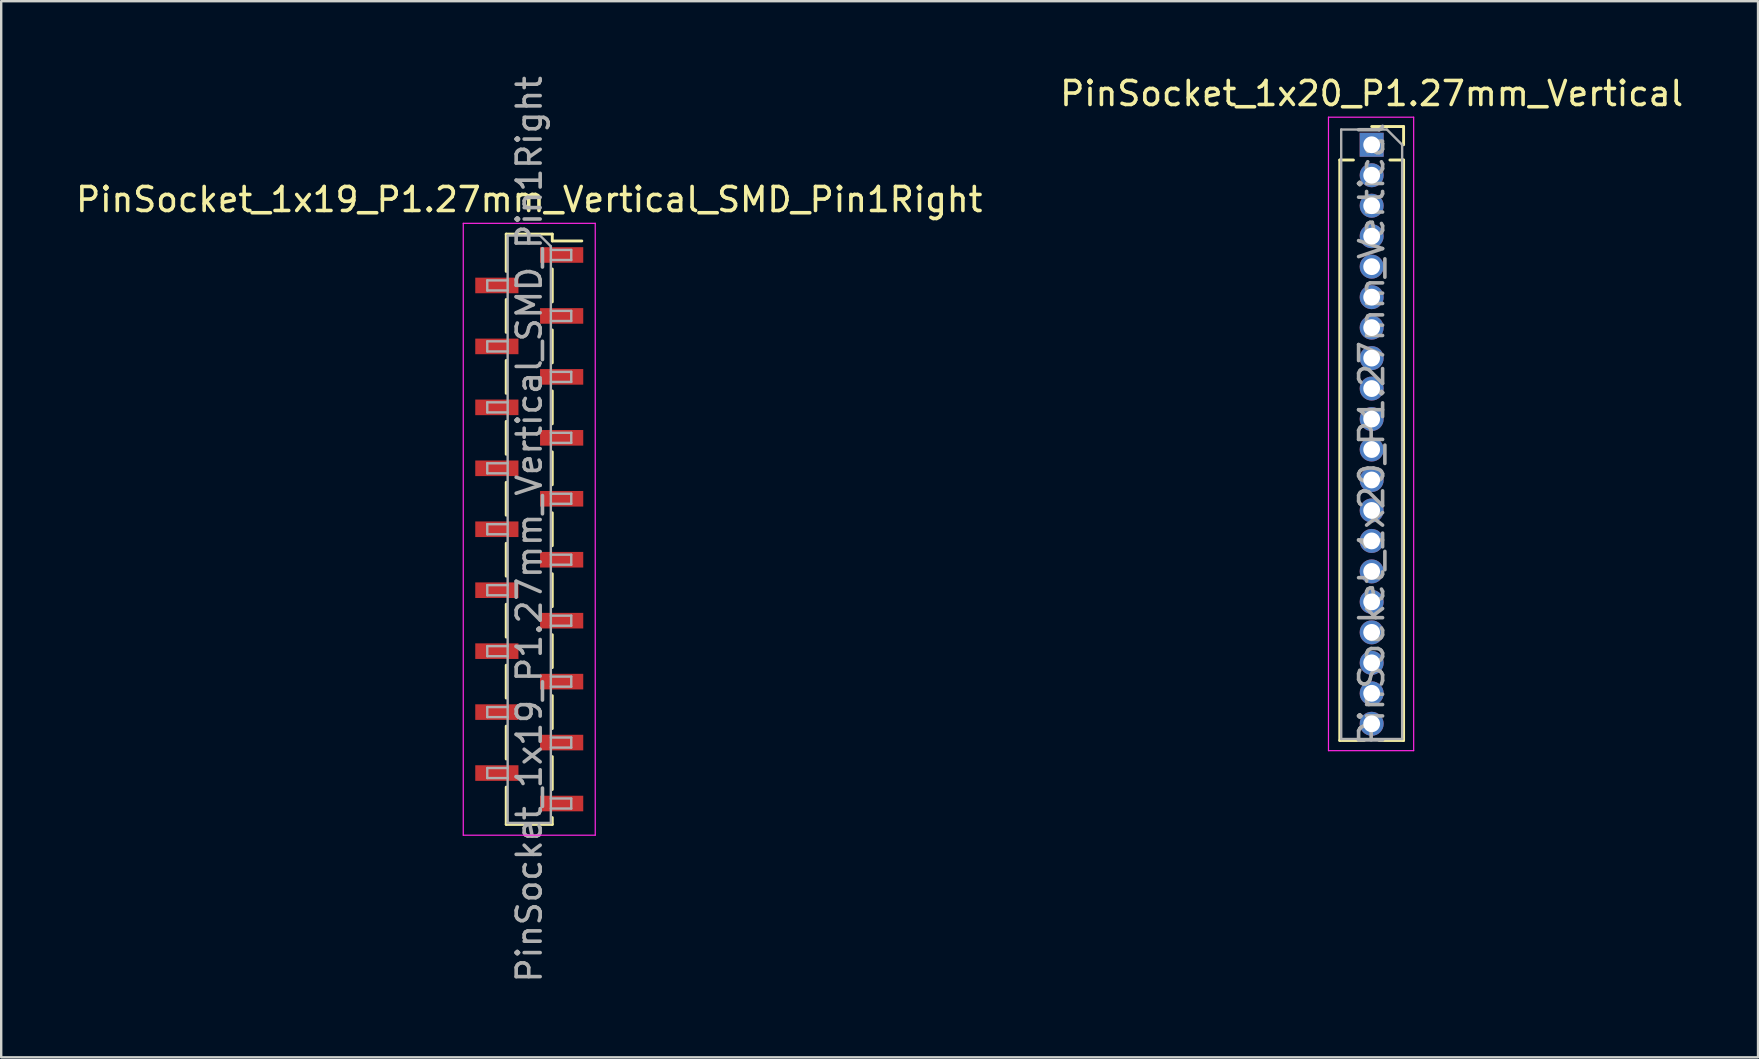
<source format=kicad_pcb>
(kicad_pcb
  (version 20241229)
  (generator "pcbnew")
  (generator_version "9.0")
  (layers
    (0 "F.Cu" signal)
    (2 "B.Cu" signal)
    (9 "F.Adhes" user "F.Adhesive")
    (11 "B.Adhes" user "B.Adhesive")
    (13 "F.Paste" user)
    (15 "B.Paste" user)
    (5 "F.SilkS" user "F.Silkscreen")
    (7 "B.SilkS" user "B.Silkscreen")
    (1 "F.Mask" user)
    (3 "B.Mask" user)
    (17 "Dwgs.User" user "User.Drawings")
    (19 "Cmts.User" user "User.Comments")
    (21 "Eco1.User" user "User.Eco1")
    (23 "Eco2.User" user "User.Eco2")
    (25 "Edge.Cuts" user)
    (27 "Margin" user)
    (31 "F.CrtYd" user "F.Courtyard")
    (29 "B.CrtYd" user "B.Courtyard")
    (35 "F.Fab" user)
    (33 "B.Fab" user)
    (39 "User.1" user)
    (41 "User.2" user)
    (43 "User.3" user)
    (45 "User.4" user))
  (footprint "PinSocket_1x19_P1.27mm_Vertical_SMD_Pin1Right"
    (layer "F.Cu")
    (at 19.006 19.006)
    (property "Reference" "PinSocket_1x19_P1.27mm_Vertical_SMD_Pin1Right" (at 0 -13.74 0) (layer "F.SilkS") (effects (font (size 1 1) (thickness 0.15))))
    (attr smd)
    (fp_line (start -0.96 -12.3) (end -0.96 -10.745) (stroke (width 0.12) (type solid)) (layer "F.SilkS"))
    (fp_line (start -0.96 -12.3) (end 0.96 -12.3) (stroke (width 0.12) (type solid)) (layer "F.SilkS"))
    (fp_line (start -0.96 -9.575) (end -0.96 -8.205) (stroke (width 0.12) (type solid)) (layer "F.SilkS"))
    (fp_line (start -0.96 -7.035) (end -0.96 -5.665) (stroke (width 0.12) (type solid)) (layer "F.SilkS"))
    (fp_line (start -0.96 -4.495) (end -0.96 -3.125) (stroke (width 0.12) (type solid)) (layer "F.SilkS"))
    (fp_line (start -0.96 -1.955) (end -0.96 -0.585) (stroke (width 0.12) (type solid)) (layer "F.SilkS"))
    (fp_line (start -0.96 0.585) (end -0.96 1.955) (stroke (width 0.12) (type solid)) (layer "F.SilkS"))
    (fp_line (start -0.96 3.125) (end -0.96 4.495) (stroke (width 0.12) (type solid)) (layer "F.SilkS"))
    (fp_line (start -0.96 5.665) (end -0.96 7.035) (stroke (width 0.12) (type solid)) (layer "F.SilkS"))
    (fp_line (start -0.96 8.205) (end -0.96 9.575) (stroke (width 0.12) (type solid)) (layer "F.SilkS"))
    (fp_line (start -0.96 10.745) (end -0.96 12.3) (stroke (width 0.12) (type solid)) (layer "F.SilkS"))
    (fp_line (start -0.96 12.3) (end 0.96 12.3) (stroke (width 0.12) (type solid)) (layer "F.SilkS"))
    (fp_line (start 0.96 -12.3) (end 0.96 -12.015) (stroke (width 0.12) (type solid)) (layer "F.SilkS"))
    (fp_line (start 0.96 -12.015) (end 2.19 -12.015) (stroke (width 0.12) (type solid)) (layer "F.SilkS"))
    (fp_line (start 0.96 -10.845) (end 0.96 -9.475) (stroke (width 0.12) (type solid)) (layer "F.SilkS"))
    (fp_line (start 0.96 -8.305) (end 0.96 -6.935) (stroke (width 0.12) (type solid)) (layer "F.SilkS"))
    (fp_line (start 0.96 -5.765) (end 0.96 -4.395) (stroke (width 0.12) (type solid)) (layer "F.SilkS"))
    (fp_line (start 0.96 -3.225) (end 0.96 -1.855) (stroke (width 0.12) (type solid)) (layer "F.SilkS"))
    (fp_line (start 0.96 -0.685) (end 0.96 0.685) (stroke (width 0.12) (type solid)) (layer "F.SilkS"))
    (fp_line (start 0.96 1.855) (end 0.96 3.225) (stroke (width 0.12) (type solid)) (layer "F.SilkS"))
    (fp_line (start 0.96 4.395) (end 0.96 5.765) (stroke (width 0.12) (type solid)) (layer "F.SilkS"))
    (fp_line (start 0.96 6.935) (end 0.96 8.305) (stroke (width 0.12) (type solid)) (layer "F.SilkS"))
    (fp_line (start 0.96 9.475) (end 0.96 10.845) (stroke (width 0.12) (type solid)) (layer "F.SilkS"))
    (fp_line (start 0.96 12.015) (end 0.96 12.3) (stroke (width 0.12) (type solid)) (layer "F.SilkS"))
    (fp_line (start -2.75 -12.75) (end 2.75 -12.75) (stroke (width 0.05) (type solid)) (layer "F.CrtYd"))
    (fp_line (start -2.75 12.75) (end -2.75 -12.75) (stroke (width 0.05) (type solid)) (layer "F.CrtYd"))
    (fp_line (start 2.75 -12.75) (end 2.75 12.75) (stroke (width 0.05) (type solid)) (layer "F.CrtYd"))
    (fp_line (start 2.75 12.75) (end -2.75 12.75) (stroke (width 0.05) (type solid)) (layer "F.CrtYd"))
    (fp_line (start -1.75 -10.37) (end -0.9 -10.37) (stroke (width 0.1) (type solid)) (layer "F.Fab"))
    (fp_line (start -1.75 -9.95) (end -1.75 -10.37) (stroke (width 0.1) (type solid)) (layer "F.Fab"))
    (fp_line (start -1.75 -7.83) (end -0.9 -7.83) (stroke (width 0.1) (type solid)) (layer "F.Fab"))
    (fp_line (start -1.75 -7.41) (end -1.75 -7.83) (stroke (width 0.1) (type solid)) (layer "F.Fab"))
    (fp_line (start -1.75 -5.29) (end -0.9 -5.29) (stroke (width 0.1) (type solid)) (layer "F.Fab"))
    (fp_line (start -1.75 -4.87) (end -1.75 -5.29) (stroke (width 0.1) (type solid)) (layer "F.Fab"))
    (fp_line (start -1.75 -2.75) (end -0.9 -2.75) (stroke (width 0.1) (type solid)) (layer "F.Fab"))
    (fp_line (start -1.75 -2.33) (end -1.75 -2.75) (stroke (width 0.1) (type solid)) (layer "F.Fab"))
    (fp_line (start -1.75 -0.21) (end -0.9 -0.21) (stroke (width 0.1) (type solid)) (layer "F.Fab"))
    (fp_line (start -1.75 0.21) (end -1.75 -0.21) (stroke (width 0.1) (type solid)) (layer "F.Fab"))
    (fp_line (start -1.75 2.33) (end -0.9 2.33) (stroke (width 0.1) (type solid)) (layer "F.Fab"))
    (fp_line (start -1.75 2.75) (end -1.75 2.33) (stroke (width 0.1) (type solid)) (layer "F.Fab"))
    (fp_line (start -1.75 4.87) (end -0.9 4.87) (stroke (width 0.1) (type solid)) (layer "F.Fab"))
    (fp_line (start -1.75 5.29) (end -1.75 4.87) (stroke (width 0.1) (type solid)) (layer "F.Fab"))
    (fp_line (start -1.75 7.41) (end -0.9 7.41) (stroke (width 0.1) (type solid)) (layer "F.Fab"))
    (fp_line (start -1.75 7.83) (end -1.75 7.41) (stroke (width 0.1) (type solid)) (layer "F.Fab"))
    (fp_line (start -1.75 9.95) (end -0.9 9.95) (stroke (width 0.1) (type solid)) (layer "F.Fab"))
    (fp_line (start -1.75 10.37) (end -1.75 9.95) (stroke (width 0.1) (type solid)) (layer "F.Fab"))
    (fp_line (start -0.9 -12.24) (end 0.45 -12.24) (stroke (width 0.1) (type solid)) (layer "F.Fab"))
    (fp_line (start -0.9 -9.95) (end -1.75 -9.95) (stroke (width 0.1) (type solid)) (layer "F.Fab"))
    (fp_line (start -0.9 -7.41) (end -1.75 -7.41) (stroke (width 0.1) (type solid)) (layer "F.Fab"))
    (fp_line (start -0.9 -4.87) (end -1.75 -4.87) (stroke (width 0.1) (type solid)) (layer "F.Fab"))
    (fp_line (start -0.9 -2.33) (end -1.75 -2.33) (stroke (width 0.1) (type solid)) (layer "F.Fab"))
    (fp_line (start -0.9 0.21) (end -1.75 0.21) (stroke (width 0.1) (type solid)) (layer "F.Fab"))
    (fp_line (start -0.9 2.75) (end -1.75 2.75) (stroke (width 0.1) (type solid)) (layer "F.Fab"))
    (fp_line (start -0.9 5.29) (end -1.75 5.29) (stroke (width 0.1) (type solid)) (layer "F.Fab"))
    (fp_line (start -0.9 7.83) (end -1.75 7.83) (stroke (width 0.1) (type solid)) (layer "F.Fab"))
    (fp_line (start -0.9 10.37) (end -1.75 10.37) (stroke (width 0.1) (type solid)) (layer "F.Fab"))
    (fp_line (start -0.9 12.24) (end -0.9 -12.24) (stroke (width 0.1) (type solid)) (layer "F.Fab"))
    (fp_line (start 0.45 -12.24) (end 0.9 -11.79) (stroke (width 0.1) (type solid)) (layer "F.Fab"))
    (fp_line (start 0.9 -11.79) (end 0.9 12.24) (stroke (width 0.1) (type solid)) (layer "F.Fab"))
    (fp_line (start 0.9 -11.64) (end 1.75 -11.64) (stroke (width 0.1) (type solid)) (layer "F.Fab"))
    (fp_line (start 0.9 -9.1) (end 1.75 -9.1) (stroke (width 0.1) (type solid)) (layer "F.Fab"))
    (fp_line (start 0.9 -6.56) (end 1.75 -6.56) (stroke (width 0.1) (type solid)) (layer "F.Fab"))
    (fp_line (start 0.9 -4.02) (end 1.75 -4.02) (stroke (width 0.1) (type solid)) (layer "F.Fab"))
    (fp_line (start 0.9 -1.48) (end 1.75 -1.48) (stroke (width 0.1) (type solid)) (layer "F.Fab"))
    (fp_line (start 0.9 1.06) (end 1.75 1.06) (stroke (width 0.1) (type solid)) (layer "F.Fab"))
    (fp_line (start 0.9 3.6) (end 1.75 3.6) (stroke (width 0.1) (type solid)) (layer "F.Fab"))
    (fp_line (start 0.9 6.14) (end 1.75 6.14) (stroke (width 0.1) (type solid)) (layer "F.Fab"))
    (fp_line (start 0.9 8.68) (end 1.75 8.68) (stroke (width 0.1) (type solid)) (layer "F.Fab"))
    (fp_line (start 0.9 11.22) (end 1.75 11.22) (stroke (width 0.1) (type solid)) (layer "F.Fab"))
    (fp_line (start 0.9 12.24) (end -0.9 12.24) (stroke (width 0.1) (type solid)) (layer "F.Fab"))
    (fp_line (start 1.75 -11.64) (end 1.75 -11.22) (stroke (width 0.1) (type solid)) (layer "F.Fab"))
    (fp_line (start 1.75 -11.22) (end 0.9 -11.22) (stroke (width 0.1) (type solid)) (layer "F.Fab"))
    (fp_line (start 1.75 -9.1) (end 1.75 -8.68) (stroke (width 0.1) (type solid)) (layer "F.Fab"))
    (fp_line (start 1.75 -8.68) (end 0.9 -8.68) (stroke (width 0.1) (type solid)) (layer "F.Fab"))
    (fp_line (start 1.75 -6.56) (end 1.75 -6.14) (stroke (width 0.1) (type solid)) (layer "F.Fab"))
    (fp_line (start 1.75 -6.14) (end 0.9 -6.14) (stroke (width 0.1) (type solid)) (layer "F.Fab"))
    (fp_line (start 1.75 -4.02) (end 1.75 -3.6) (stroke (width 0.1) (type solid)) (layer "F.Fab"))
    (fp_line (start 1.75 -3.6) (end 0.9 -3.6) (stroke (width 0.1) (type solid)) (layer "F.Fab"))
    (fp_line (start 1.75 -1.48) (end 1.75 -1.06) (stroke (width 0.1) (type solid)) (layer "F.Fab"))
    (fp_line (start 1.75 -1.06) (end 0.9 -1.06) (stroke (width 0.1) (type solid)) (layer "F.Fab"))
    (fp_line (start 1.75 1.06) (end 1.75 1.48) (stroke (width 0.1) (type solid)) (layer "F.Fab"))
    (fp_line (start 1.75 1.48) (end 0.9 1.48) (stroke (width 0.1) (type solid)) (layer "F.Fab"))
    (fp_line (start 1.75 3.6) (end 1.75 4.02) (stroke (width 0.1) (type solid)) (layer "F.Fab"))
    (fp_line (start 1.75 4.02) (end 0.9 4.02) (stroke (width 0.1) (type solid)) (layer "F.Fab"))
    (fp_line (start 1.75 6.14) (end 1.75 6.56) (stroke (width 0.1) (type solid)) (layer "F.Fab"))
    (fp_line (start 1.75 6.56) (end 0.9 6.56) (stroke (width 0.1) (type solid)) (layer "F.Fab"))
    (fp_line (start 1.75 8.68) (end 1.75 9.1) (stroke (width 0.1) (type solid)) (layer "F.Fab"))
    (fp_line (start 1.75 9.1) (end 0.9 9.1) (stroke (width 0.1) (type solid)) (layer "F.Fab"))
    (fp_line (start 1.75 11.22) (end 1.75 11.64) (stroke (width 0.1) (type solid)) (layer "F.Fab"))
    (fp_line (start 1.75 11.64) (end 0.9 11.64) (stroke (width 0.1) (type solid)) (layer "F.Fab"))
    (fp_text user "${REFERENCE}" (at 0 0 90) (layer "F.Fab") (effects (font (size 1 1) (thickness 0.15))))
    (pad "1" smd rect (at 1.35 -11.43) (size 1.8 0.65) (layers "F.Cu" "F.Mask" "F.Paste"))
    (pad "2" smd rect (at -1.35 -10.16) (size 1.8 0.65) (layers "F.Cu" "F.Mask" "F.Paste"))
    (pad "3" smd rect (at 1.35 -8.89) (size 1.8 0.65) (layers "F.Cu" "F.Mask" "F.Paste"))
    (pad "4" smd rect (at -1.35 -7.62) (size 1.8 0.65) (layers "F.Cu" "F.Mask" "F.Paste"))
    (pad "5" smd rect (at 1.35 -6.35) (size 1.8 0.65) (layers "F.Cu" "F.Mask" "F.Paste"))
    (pad "6" smd rect (at -1.35 -5.08) (size 1.8 0.65) (layers "F.Cu" "F.Mask" "F.Paste"))
    (pad "7" smd rect (at 1.35 -3.81) (size 1.8 0.65) (layers "F.Cu" "F.Mask" "F.Paste"))
    (pad "8" smd rect (at -1.35 -2.54) (size 1.8 0.65) (layers "F.Cu" "F.Mask" "F.Paste"))
    (pad "9" smd rect (at 1.35 -1.27) (size 1.8 0.65) (layers "F.Cu" "F.Mask" "F.Paste"))
    (pad "10" smd rect (at -1.35 0) (size 1.8 0.65) (layers "F.Cu" "F.Mask" "F.Paste"))
    (pad "11" smd rect (at 1.35 1.27) (size 1.8 0.65) (layers "F.Cu" "F.Mask" "F.Paste"))
    (pad "12" smd rect (at -1.35 2.54) (size 1.8 0.65) (layers "F.Cu" "F.Mask" "F.Paste"))
    (pad "13" smd rect (at 1.35 3.81) (size 1.8 0.65) (layers "F.Cu" "F.Mask" "F.Paste"))
    (pad "14" smd rect (at -1.35 5.08) (size 1.8 0.65) (layers "F.Cu" "F.Mask" "F.Paste"))
    (pad "15" smd rect (at 1.35 6.35) (size 1.8 0.65) (layers "F.Cu" "F.Mask" "F.Paste"))
    (pad "16" smd rect (at -1.35 7.62) (size 1.8 0.65) (layers "F.Cu" "F.Mask" "F.Paste"))
    (pad "17" smd rect (at 1.35 8.89) (size 1.8 0.65) (layers "F.Cu" "F.Mask" "F.Paste"))
    (pad "18" smd rect (at -1.35 10.16) (size 1.8 0.65) (layers "F.Cu" "F.Mask" "F.Paste"))
    (pad "19" smd rect (at 1.35 11.43) (size 1.8 0.65) (layers "F.Cu" "F.Mask" "F.Paste")))
  (footprint "PinSocket_1x20_P1.27mm_Vertical"
    (layer "F.Cu")
    (at 54.113 2.983)
    (property "Reference" "PinSocket_1x20_P1.27mm_Vertical" (at 0 -2.135 0) (layer "F.SilkS") (effects (font (size 1 1) (thickness 0.15))))
    (attr through_hole)
    (fp_line (start -1.33 0.635) (end -1.33 24.825) (stroke (width 0.12) (type solid)) (layer "F.SilkS"))
    (fp_line (start -1.33 0.635) (end -0.76 0.635) (stroke (width 0.12) (type solid)) (layer "F.SilkS"))
    (fp_line (start -1.33 24.825) (end -0.308 24.825) (stroke (width 0.12) (type solid)) (layer "F.SilkS"))
    (fp_line (start 0 -0.76) (end 1.33 -0.76) (stroke (width 0.12) (type solid)) (layer "F.SilkS"))
    (fp_line (start 0.308 24.825) (end 1.33 24.825) (stroke (width 0.12) (type solid)) (layer "F.SilkS"))
    (fp_line (start 0.76 0.635) (end 1.33 0.635) (stroke (width 0.12) (type solid)) (layer "F.SilkS"))
    (fp_line (start 1.33 -0.76) (end 1.33 0) (stroke (width 0.12) (type solid)) (layer "F.SilkS"))
    (fp_line (start 1.33 0.635) (end 1.33 24.825) (stroke (width 0.12) (type solid)) (layer "F.SilkS"))
    (fp_line (start -1.8 -1.15) (end 1.75 -1.15) (stroke (width 0.05) (type solid)) (layer "F.CrtYd"))
    (fp_line (start -1.8 25.25) (end -1.8 -1.15) (stroke (width 0.05) (type solid)) (layer "F.CrtYd"))
    (fp_line (start 1.75 -1.15) (end 1.75 25.25) (stroke (width 0.05) (type solid)) (layer "F.CrtYd"))
    (fp_line (start 1.75 25.25) (end -1.8 25.25) (stroke (width 0.05) (type solid)) (layer "F.CrtYd"))
    (fp_line (start -1.27 -0.635) (end 0.635 -0.635) (stroke (width 0.1) (type solid)) (layer "F.Fab"))
    (fp_line (start -1.27 24.765) (end -1.27 -0.635) (stroke (width 0.1) (type solid)) (layer "F.Fab"))
    (fp_line (start 0.635 -0.635) (end 1.27 0) (stroke (width 0.1) (type solid)) (layer "F.Fab"))
    (fp_line (start 1.27 0) (end 1.27 24.765) (stroke (width 0.1) (type solid)) (layer "F.Fab"))
    (fp_line (start 1.27 24.765) (end -1.27 24.765) (stroke (width 0.1) (type solid)) (layer "F.Fab"))
    (fp_text user "${REFERENCE}" (at 0 12.065 90) (layer "F.Fab") (effects (font (size 1 1) (thickness 0.15))))
    (pad "1" thru_hole rect (at 0 0) (size 1 1) (drill 0.7) (layers "*.Cu" "*.Mask"))
    (pad "2" thru_hole oval (at 0 1.27) (size 1 1) (drill 0.7) (layers "*.Cu" "*.Mask"))
    (pad "3" thru_hole oval (at 0 2.54) (size 1 1) (drill 0.7) (layers "*.Cu" "*.Mask"))
    (pad "4" thru_hole oval (at 0 3.81) (size 1 1) (drill 0.7) (layers "*.Cu" "*.Mask"))
    (pad "5" thru_hole oval (at 0 5.08) (size 1 1) (drill 0.7) (layers "*.Cu" "*.Mask"))
    (pad "6" thru_hole oval (at 0 6.35) (size 1 1) (drill 0.7) (layers "*.Cu" "*.Mask"))
    (pad "7" thru_hole oval (at 0 7.62) (size 1 1) (drill 0.7) (layers "*.Cu" "*.Mask"))
    (pad "8" thru_hole oval (at 0 8.89) (size 1 1) (drill 0.7) (layers "*.Cu" "*.Mask"))
    (pad "9" thru_hole oval (at 0 10.16) (size 1 1) (drill 0.7) (layers "*.Cu" "*.Mask"))
    (pad "10" thru_hole oval (at 0 11.43) (size 1 1) (drill 0.7) (layers "*.Cu" "*.Mask"))
    (pad "11" thru_hole oval (at 0 12.7) (size 1 1) (drill 0.7) (layers "*.Cu" "*.Mask"))
    (pad "12" thru_hole oval (at 0 13.97) (size 1 1) (drill 0.7) (layers "*.Cu" "*.Mask"))
    (pad "13" thru_hole oval (at 0 15.24) (size 1 1) (drill 0.7) (layers "*.Cu" "*.Mask"))
    (pad "14" thru_hole oval (at 0 16.51) (size 1 1) (drill 0.7) (layers "*.Cu" "*.Mask"))
    (pad "15" thru_hole oval (at 0 17.78) (size 1 1) (drill 0.7) (layers "*.Cu" "*.Mask"))
    (pad "16" thru_hole oval (at 0 19.05) (size 1 1) (drill 0.7) (layers "*.Cu" "*.Mask"))
    (pad "17" thru_hole oval (at 0 20.32) (size 1 1) (drill 0.7) (layers "*.Cu" "*.Mask"))
    (pad "18" thru_hole oval (at 0 21.59) (size 1 1) (drill 0.7) (layers "*.Cu" "*.Mask"))
    (pad "19" thru_hole oval (at 0 22.86) (size 1 1) (drill 0.7) (layers "*.Cu" "*.Mask"))
    (pad "20" thru_hole oval (at 0 24.13) (size 1 1) (drill 0.7) (layers "*.Cu" "*.Mask")))
  (gr_rect
    (start -3 -3)
    (end 70.214 41.012)
    (stroke (width 0.1) (type default))
    (fill no)
    (layer "Edge.Cuts")))
</source>
